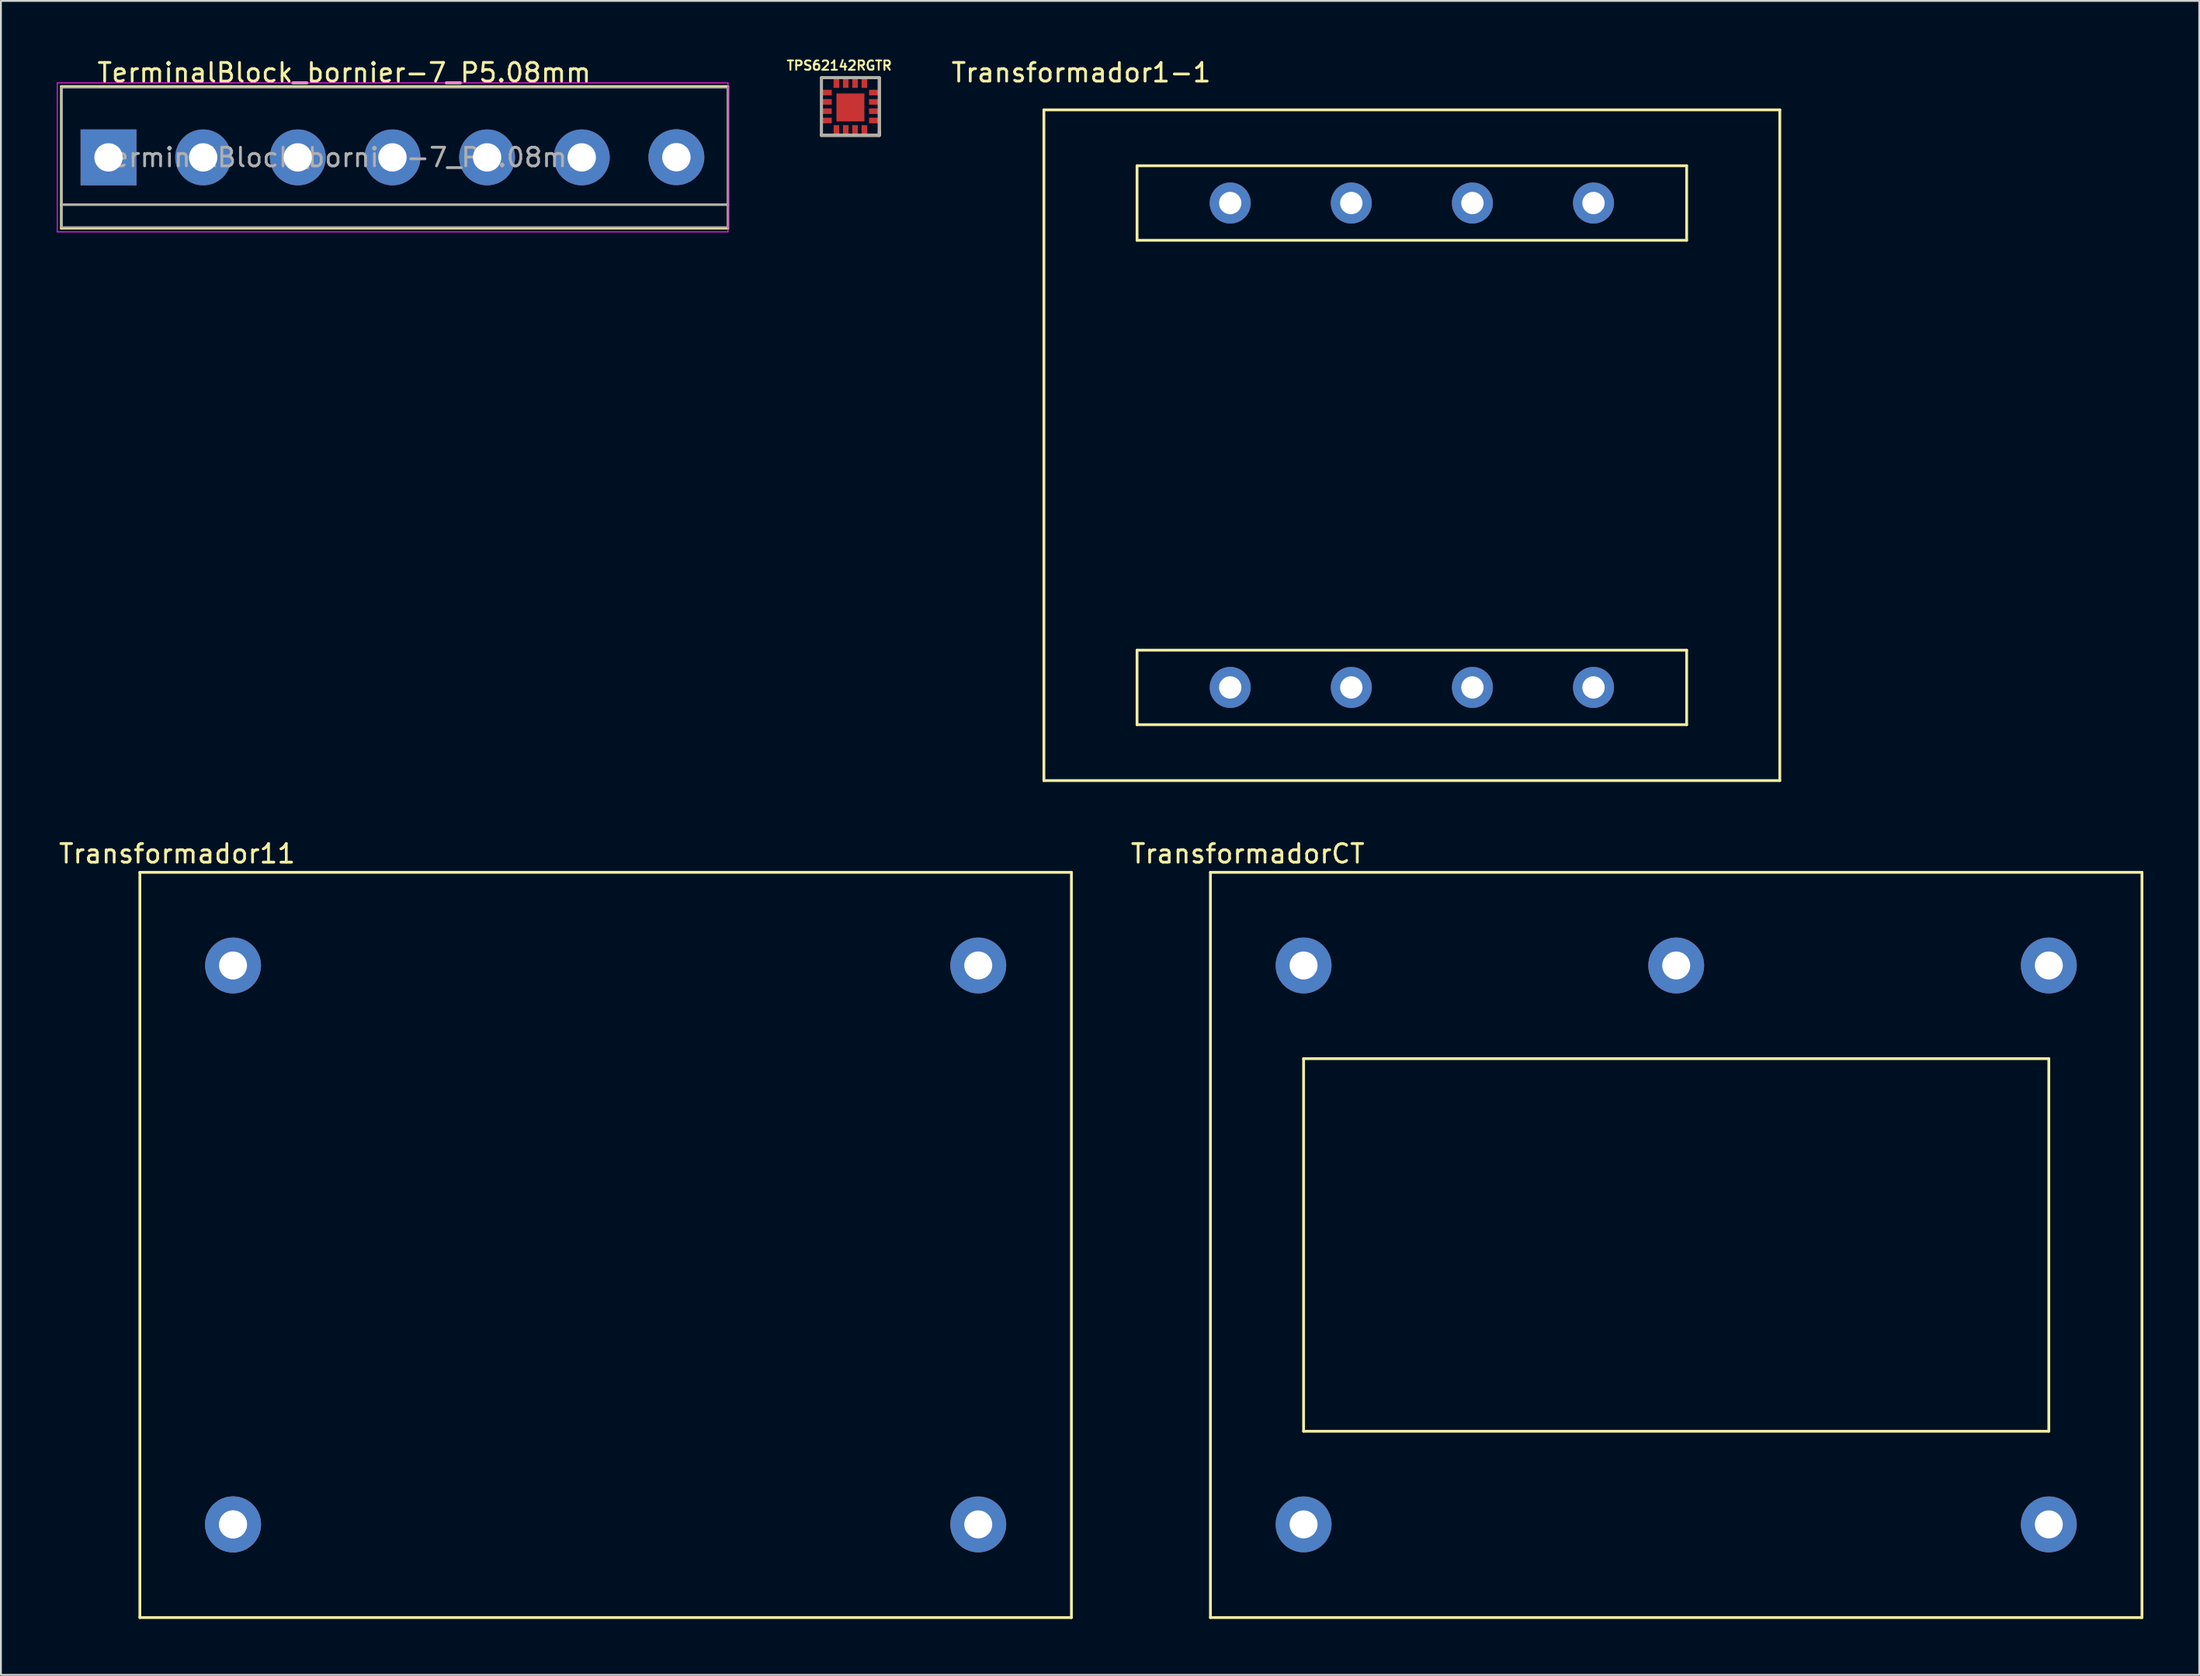
<source format=kicad_pcb>
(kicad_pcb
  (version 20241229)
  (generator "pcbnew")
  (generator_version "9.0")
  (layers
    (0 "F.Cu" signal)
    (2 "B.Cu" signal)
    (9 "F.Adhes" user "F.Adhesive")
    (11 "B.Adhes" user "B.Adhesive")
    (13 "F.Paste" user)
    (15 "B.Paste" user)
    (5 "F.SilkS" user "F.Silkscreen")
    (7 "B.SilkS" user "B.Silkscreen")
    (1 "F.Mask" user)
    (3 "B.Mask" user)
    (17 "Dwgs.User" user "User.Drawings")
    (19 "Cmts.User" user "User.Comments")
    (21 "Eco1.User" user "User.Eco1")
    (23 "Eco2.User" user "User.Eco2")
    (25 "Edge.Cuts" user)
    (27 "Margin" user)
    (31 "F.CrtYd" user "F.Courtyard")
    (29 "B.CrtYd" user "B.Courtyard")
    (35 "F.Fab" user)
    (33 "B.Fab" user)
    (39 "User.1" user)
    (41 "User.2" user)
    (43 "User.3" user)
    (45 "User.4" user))
  (footprint "Transformador1-1"
    (layer "F.Cu")
    (at 62.981 33.848)
    (property "Reference" "Transformador1-1" (at -8 -33 0) (layer "F.SilkS") (effects (font (size 1 1) (thickness 0.15))))
    (attr through_hole)
    (fp_line (start -10 -31) (end -10 5) (stroke (width 0.15) (type solid)) (layer "F.SilkS"))
    (fp_line (start -10 5) (end 29.5 5) (stroke (width 0.15) (type solid)) (layer "F.SilkS"))
    (fp_line (start -5 -28) (end -5 -24) (stroke (width 0.15) (type solid)) (layer "F.SilkS"))
    (fp_line (start -5 -24) (end 24.5 -24) (stroke (width 0.15) (type solid)) (layer "F.SilkS"))
    (fp_line (start -5 -2) (end -5 2) (stroke (width 0.15) (type solid)) (layer "F.SilkS"))
    (fp_line (start -5 2) (end 24.5 2) (stroke (width 0.15) (type solid)) (layer "F.SilkS"))
    (fp_line (start 24.5 -28) (end -5 -28) (stroke (width 0.15) (type solid)) (layer "F.SilkS"))
    (fp_line (start 24.5 -24) (end 24.5 -28) (stroke (width 0.15) (type solid)) (layer "F.SilkS"))
    (fp_line (start 24.5 -2) (end -5 -2) (stroke (width 0.15) (type solid)) (layer "F.SilkS"))
    (fp_line (start 24.5 2) (end 24.5 -2) (stroke (width 0.15) (type solid)) (layer "F.SilkS"))
    (fp_line (start 29.5 -31) (end -10 -31) (stroke (width 0.15) (type solid)) (layer "F.SilkS"))
    (fp_line (start 29.5 5) (end 29.5 -31) (stroke (width 0.15) (type solid)) (layer "F.SilkS"))
    (pad "" thru_hole circle (at 6.5 -26) (size 2.2 2.2) (drill 1.2) (layers "*.Cu" "*.Mask"))
    (pad "" thru_hole circle (at 6.5 0) (size 2.2 2.2) (drill 1.2) (layers "*.Cu" "*.Mask"))
    (pad "" thru_hole circle (at 13 -26) (size 2.2 2.2) (drill 1.2) (layers "*.Cu" "*.Mask"))
    (pad "" thru_hole circle (at 13 0) (size 2.2 2.2) (drill 1.2) (layers "*.Cu" "*.Mask"))
    (pad "1" thru_hole circle (at 0 0) (size 2.2 2.2) (drill 1.2) (layers "*.Cu" "*.Mask"))
    (pad "2" thru_hole circle (at 19.5 0) (size 2.2 2.2) (drill 1.2) (layers "*.Cu" "*.Mask"))
    (pad "3" thru_hole circle (at 19.5 -26) (size 2.2 2.2) (drill 1.2) (layers "*.Cu" "*.Mask"))
    (pad "4" thru_hole circle (at 0 -26) (size 2.2 2.2) (drill 1.2) (layers "*.Cu" "*.Mask")))
  (footprint "TerminalBlock_bornier-7_P5.08mm"
    (layer "F.Cu")
    (at 2.775 5.398)
    (property "Reference" "TerminalBlock_bornier-7_P5.08mm" (at 12.65 -4.55 0) (layer "F.SilkS") (effects (font (size 1 1) (thickness 0.15))))
    (attr through_hole)
    (fp_line (start -2.54 -3.81) (end -2.54 3.81) (stroke (width 0.12) (type solid)) (layer "F.SilkS"))
    (fp_line (start -2.54 -3.81) (end 33.25 -3.81) (stroke (width 0.12) (type solid)) (layer "F.SilkS"))
    (fp_line (start -2.54 2.54) (end 33.25 2.54) (stroke (width 0.12) (type solid)) (layer "F.SilkS"))
    (fp_line (start -2.54 3.81) (end 33.25 3.81) (stroke (width 0.12) (type solid)) (layer "F.SilkS"))
    (fp_line (start 33.25 3.81) (end 33.25 -3.81) (stroke (width 0.12) (type solid)) (layer "F.SilkS"))
    (fp_line (start -2.75 -4) (end -2.75 4) (stroke (width 0.05) (type solid)) (layer "F.CrtYd"))
    (fp_line (start -2.75 -4) (end 33.25 -4) (stroke (width 0.05) (type solid)) (layer "F.CrtYd"))
    (fp_line (start 33.25 4) (end -2.75 4) (stroke (width 0.05) (type solid)) (layer "F.CrtYd"))
    (fp_line (start 33.25 4) (end 33.25 -4) (stroke (width 0.05) (type solid)) (layer "F.CrtYd"))
    (fp_line (start -2.5 -3.75) (end -2.5 3.75) (stroke (width 0.1) (type solid)) (layer "F.Fab"))
    (fp_line (start -2.5 2.55) (end 33.25 2.55) (stroke (width 0.1) (type solid)) (layer "F.Fab"))
    (fp_line (start -2.5 3.75) (end 33.25 3.75) (stroke (width 0.1) (type solid)) (layer "F.Fab"))
    (fp_line (start 33.25 -3.75) (end -2.5 -3.75) (stroke (width 0.1) (type solid)) (layer "F.Fab"))
    (fp_line (start 33.25 3.75) (end 33.25 -3.75) (stroke (width 0.1) (type solid)) (layer "F.Fab"))
    (fp_text user "${REFERENCE}" (at 12.7 0 0) (layer "F.Fab") (effects (font (size 1 1) (thickness 0.15))))
    (pad "1" thru_hole rect (at 0 0) (size 3 3) (drill 1.52) (layers "*.Cu" "*.Mask"))
    (pad "2" thru_hole circle (at 5.08 0) (size 3 3) (drill 1.52) (layers "*.Cu" "*.Mask"))
    (pad "3" thru_hole circle (at 10.16 0) (size 3 3) (drill 1.52) (layers "*.Cu" "*.Mask"))
    (pad "4" thru_hole circle (at 15.24 0) (size 3 3) (drill 1.52) (layers "*.Cu" "*.Mask"))
    (pad "5" thru_hole circle (at 20.32 0) (size 3 3) (drill 1.52) (layers "*.Cu" "*.Mask"))
    (pad "6" thru_hole circle (at 25.4 0) (size 3 3) (drill 1.52) (layers "*.Cu" "*.Mask"))
    (pad "7" thru_hole circle (at 30.48 -0.01) (size 3 3) (drill 1.52) (layers "*.Cu" "*.Mask")))
  (footprint "TPS62142RGTR"
    (layer "F.Cu")
    (at 41.045 4.118)
    (property "Reference" "TPS62142RGTR" (at 0.95 -3.65 0) (layer "F.SilkS") (effects (font (size 0.5 0.5) (thickness 0.1))))
    (attr through_hole)
    (fp_line (start 0 -3) (end 3 -3) (stroke (width 0.15) (type solid)) (layer "F.SilkS"))
    (fp_line (start 0 0) (end 0 -3) (stroke (width 0.15) (type solid)) (layer "F.SilkS"))
    (fp_line (start 0 0.05) (end 0 0.1) (stroke (width 0.15) (type solid)) (layer "F.SilkS"))
    (fp_line (start 0 0.1) (end 0 0.05) (stroke (width 0.15) (type solid)) (layer "F.SilkS"))
    (fp_line (start 0 0.1) (end 3.1 0.1) (stroke (width 0.15) (type solid)) (layer "F.SilkS"))
    (fp_line (start 3.1 -3) (end 3 -3) (stroke (width 0.15) (type solid)) (layer "F.SilkS"))
    (fp_line (start 3.1 -3) (end 3.1 0) (stroke (width 0.15) (type solid)) (layer "F.SilkS"))
    (fp_line (start 3.1 0) (end 3.1 -3) (stroke (width 0.15) (type solid)) (layer "F.SilkS"))
    (fp_line (start 3.1 0.1) (end 0 0.1) (stroke (width 0.15) (type solid)) (layer "F.SilkS"))
    (fp_line (start 3.1 0.1) (end 3.1 -0.15) (stroke (width 0.15) (type solid)) (layer "F.SilkS"))
    (fp_line (start 3.1 0.1) (end 3.1 0.05) (stroke (width 0.15) (type solid)) (layer "F.SilkS"))
    (fp_line (start 0 0.1) (end 0 -3) (stroke (width 0.15) (type solid)) (layer "F.Fab"))
    (fp_line (start 0.05 -3) (end 3.1 -3) (stroke (width 0.15) (type solid)) (layer "F.Fab"))
    (fp_line (start 3.1 -3) (end 3.1 0.1) (stroke (width 0.15) (type solid)) (layer "F.Fab"))
    (fp_line (start 3.1 0.1) (end 0 0.1) (stroke (width 0.15) (type solid)) (layer "F.Fab"))
    (pad "1" smd rect (at 0.3 -2.2) (size 0.5 0.3) (layers "F.Cu" "F.Mask" "F.Paste"))
    (pad "2" smd rect (at 0.3 -1.7) (size 0.5 0.3) (layers "F.Cu" "F.Mask" "F.Paste"))
    (pad "3" smd rect (at 0.3 -1.2) (size 0.5 0.3) (layers "F.Cu" "F.Mask" "F.Paste"))
    (pad "4" smd rect (at 0.3 -0.7) (size 0.5 0.3) (layers "F.Cu" "F.Mask" "F.Paste"))
    (pad "5" smd rect (at 0.8 -0.2) (size 0.3 0.5) (layers "F.Cu" "F.Mask" "F.Paste"))
    (pad "6" smd rect (at 1.3 -0.2) (size 0.3 0.5) (layers "F.Cu" "F.Mask" "F.Paste"))
    (pad "7" smd rect (at 1.8 -0.2) (size 0.3 0.5) (layers "F.Cu" "F.Mask" "F.Paste"))
    (pad "8" smd rect (at 2.3 -0.2) (size 0.3 0.5) (layers "F.Cu" "F.Mask" "F.Paste"))
    (pad "9" smd rect (at 2.8 -0.7) (size 0.5 0.3) (layers "F.Cu" "F.Mask" "F.Paste"))
    (pad "10" smd rect (at 2.8 -1.2) (size 0.5 0.3) (layers "F.Cu" "F.Mask" "F.Paste"))
    (pad "11" smd rect (at 2.8 -1.7) (size 0.5 0.3) (layers "F.Cu" "F.Mask" "F.Paste"))
    (pad "12" smd rect (at 2.8 -2.2) (size 0.5 0.3) (layers "F.Cu" "F.Mask" "F.Paste"))
    (pad "13" smd rect (at 2.3 -2.7) (size 0.3 0.5) (layers "F.Cu" "F.Mask" "F.Paste"))
    (pad "14" smd rect (at 1.8 -2.7) (size 0.3 0.5) (layers "F.Cu" "F.Mask" "F.Paste"))
    (pad "15" smd rect (at 1.3 -2.7) (size 0.3 0.5) (layers "F.Cu" "F.Mask" "F.Paste"))
    (pad "16" smd rect (at 0.8 -2.7) (size 0.3 0.5) (layers "F.Cu" "F.Mask" "F.Paste"))
    (pad "17" smd rect (at 1.55 -1.4) (size 1.5 1.5) (layers "F.Cu" "F.Mask" "F.Paste")))
  (footprint "Transformador11"
    (layer "F.Cu")
    (at 9.458 78.772)
    (property "Reference" "Transformador11" (at -3 -36 0) (layer "F.SilkS") (effects (font (size 1 1) (thickness 0.15))))
    (attr through_hole)
    (fp_line (start -5 -35) (end -5 5) (stroke (width 0.15) (type solid)) (layer "F.SilkS"))
    (fp_line (start -5 5) (end 45 5) (stroke (width 0.15) (type solid)) (layer "F.SilkS"))
    (fp_line (start 45 -35) (end -5 -35) (stroke (width 0.15) (type solid)) (layer "F.SilkS"))
    (fp_line (start 45 5) (end 45 -35) (stroke (width 0.15) (type solid)) (layer "F.SilkS"))
    (pad "1" thru_hole circle (at 0 0) (size 3 3) (drill 1.5) (layers "*.Cu" "*.Mask"))
    (pad "1" thru_hole circle (at 0 0) (size 3 3) (drill 1.5) (layers "*.Cu" "*.Mask"))
    (pad "2" thru_hole circle (at 40 0) (size 3 3) (drill 1.5) (layers "*.Cu" "*.Mask"))
    (pad "3" thru_hole circle (at 0 -30) (size 3 3) (drill 1.5) (layers "*.Cu" "*.Mask"))
    (pad "4" thru_hole circle (at 40 -30) (size 3 3) (drill 1.5) (layers "*.Cu" "*.Mask")))
  (footprint "TransformadorCT"
    (layer "F.Cu")
    (at 66.92 78.772)
    (property "Reference" "TransformadorCT" (at -3 -36 0) (layer "F.SilkS") (effects (font (size 1 1) (thickness 0.15))))
    (attr through_hole)
    (fp_line (start -5 -35) (end -5 5) (stroke (width 0.15) (type solid)) (layer "F.SilkS"))
    (fp_line (start -5 5) (end 45 5) (stroke (width 0.15) (type solid)) (layer "F.SilkS"))
    (fp_line (start 0 -25) (end 0 -5) (stroke (width 0.15) (type solid)) (layer "F.SilkS"))
    (fp_line (start 0 -5) (end 40 -5) (stroke (width 0.15) (type solid)) (layer "F.SilkS"))
    (fp_line (start 40 -25) (end 0 -25) (stroke (width 0.15) (type solid)) (layer "F.SilkS"))
    (fp_line (start 40 -5) (end 40 -25) (stroke (width 0.15) (type solid)) (layer "F.SilkS"))
    (fp_line (start 45 -35) (end -5 -35) (stroke (width 0.15) (type solid)) (layer "F.SilkS"))
    (fp_line (start 45 5) (end 45 -35) (stroke (width 0.15) (type solid)) (layer "F.SilkS"))
    (pad "1" thru_hole circle (at 0 -30) (size 3 3) (drill 1.5) (layers "*.Cu" "*.Mask"))
    (pad "2" thru_hole circle (at 20 -30) (size 3 3) (drill 1.5) (layers "*.Cu" "*.Mask"))
    (pad "3" thru_hole circle (at 40 -30) (size 3 3) (drill 1.5) (layers "*.Cu" "*.Mask"))
    (pad "4" thru_hole circle (at 40 0) (size 3 3) (drill 1.5) (layers "*.Cu" "*.Mask"))
    (pad "5" thru_hole circle (at 0 0) (size 3 3) (drill 1.5) (layers "*.Cu" "*.Mask")))
  (gr_rect
    (start -3 -3)
    (end 114.995 86.847)
    (stroke (width 0.1) (type default))
    (fill no)
    (layer "Edge.Cuts")))
</source>
